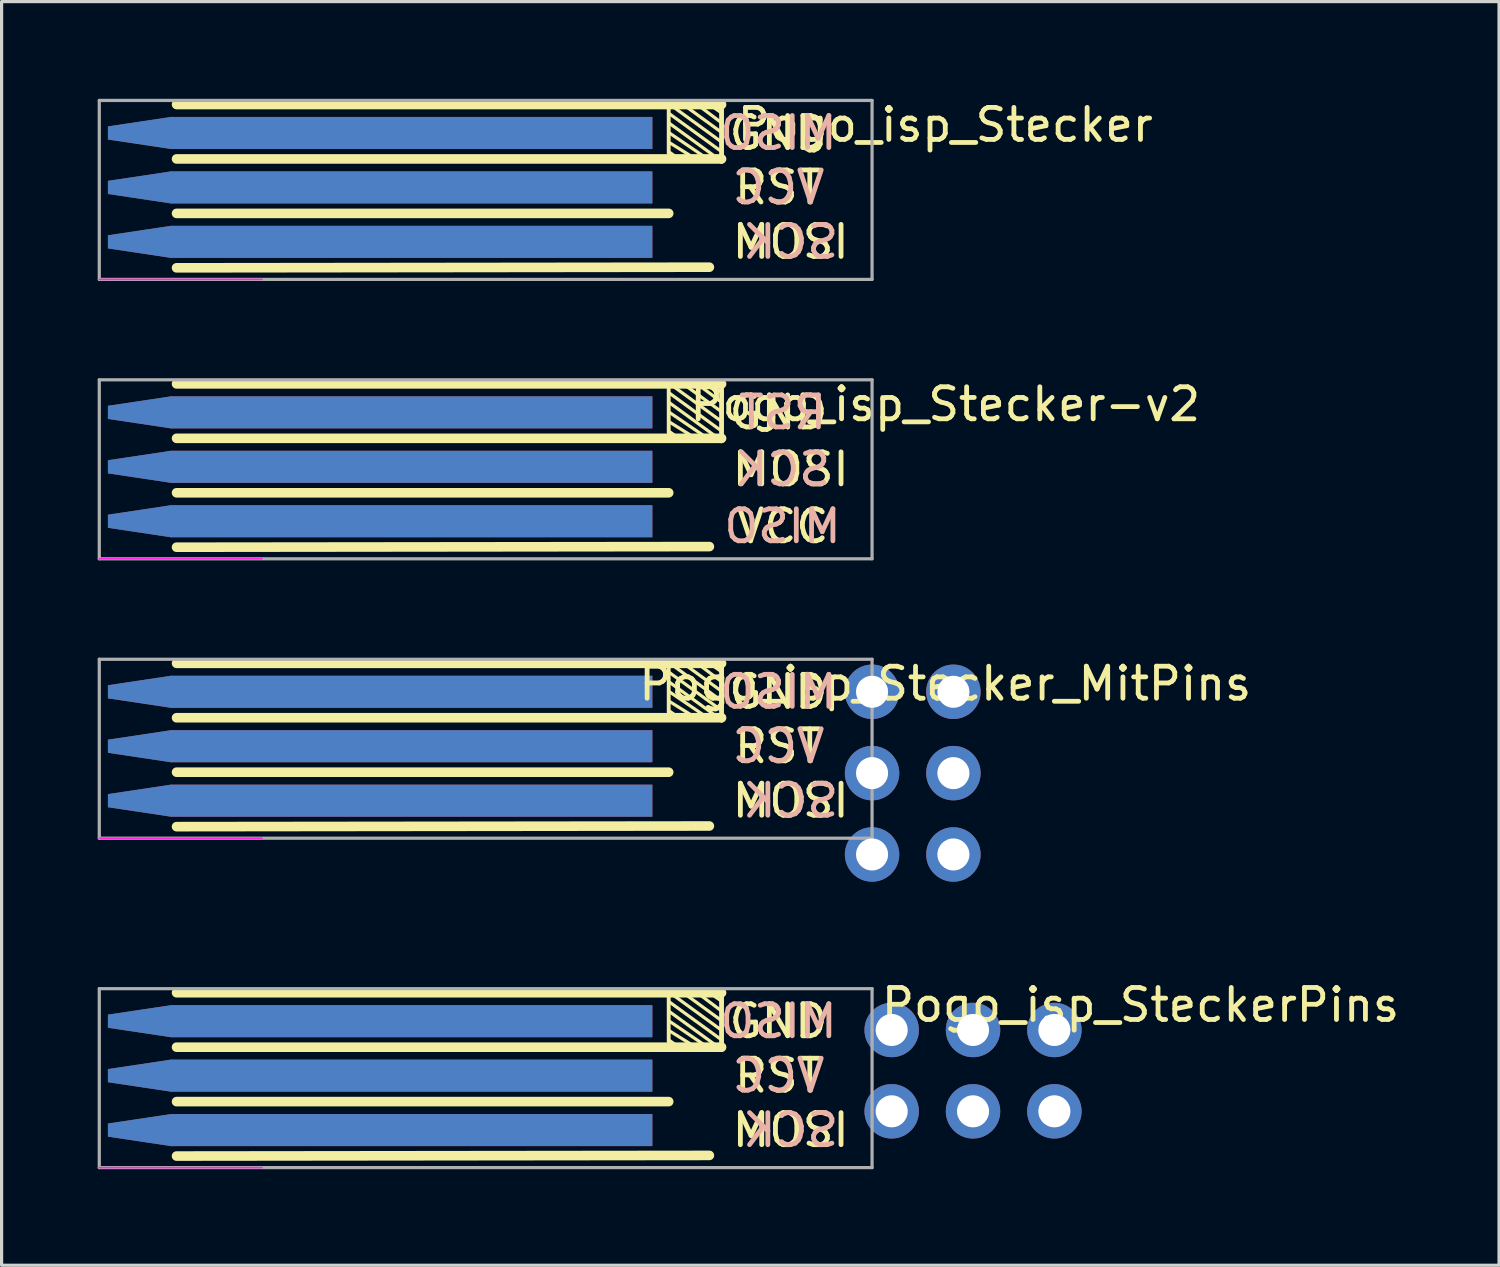
<source format=kicad_pcb>
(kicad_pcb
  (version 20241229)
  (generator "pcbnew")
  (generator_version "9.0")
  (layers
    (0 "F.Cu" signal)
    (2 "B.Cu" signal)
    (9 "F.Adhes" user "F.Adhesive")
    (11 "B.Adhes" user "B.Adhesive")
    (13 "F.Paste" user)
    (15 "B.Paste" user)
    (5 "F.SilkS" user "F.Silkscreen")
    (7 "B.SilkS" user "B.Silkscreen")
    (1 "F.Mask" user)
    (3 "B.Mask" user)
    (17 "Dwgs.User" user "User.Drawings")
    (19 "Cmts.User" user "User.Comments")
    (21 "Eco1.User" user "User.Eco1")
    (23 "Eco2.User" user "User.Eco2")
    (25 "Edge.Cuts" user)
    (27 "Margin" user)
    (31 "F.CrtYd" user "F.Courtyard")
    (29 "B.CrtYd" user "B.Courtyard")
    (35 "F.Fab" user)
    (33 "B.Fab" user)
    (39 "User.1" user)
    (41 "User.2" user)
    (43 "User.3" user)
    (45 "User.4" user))
  (footprint "Pogo_isp_Stecker"
    (layer "F.Cu")
    (at 1.32 1.102)
    (property "Reference" "Pogo_isp_Stecker" (at 25.146 -0.254 0) (layer "F.SilkS") (effects (font (size 1 1) (thickness 0.15))))
    (attr through_hole)
    (fp_line (start 16.51 -0.889) (end 16.51 0.635) (stroke (width 0.12) (type solid)) (layer "F.SilkS"))
    (fp_line (start 16.51 2.511) (end 1.143 2.511) (stroke (width 0.3) (type solid)) (layer "F.SilkS"))
    (fp_line (start 16.548 -0.889) (end 18.148 0.273) (stroke (width 0.1) (type solid)) (layer "F.SilkS"))
    (fp_line (start 16.548 -0.589) (end 18.148 0.573) (stroke (width 0.1) (type solid)) (layer "F.SilkS"))
    (fp_line (start 16.548 -0.289) (end 18.148 0.873) (stroke (width 0.1) (type solid)) (layer "F.SilkS"))
    (fp_line (start 16.548 0.011) (end 17.653 0.762) (stroke (width 0.1) (type solid)) (layer "F.SilkS"))
    (fp_line (start 16.548 0.311) (end 17.272 0.762) (stroke (width 0.1) (type solid)) (layer "F.SilkS"))
    (fp_line (start 16.548 0.611) (end 16.764 0.762) (stroke (width 0.1) (type solid)) (layer "F.SilkS"))
    (fp_line (start 17.048 -0.827) (end 18.148 -0.027) (stroke (width 0.1) (type solid)) (layer "F.SilkS"))
    (fp_line (start 17.348 -0.927) (end 18.148 -0.327) (stroke (width 0.1) (type solid)) (layer "F.SilkS"))
    (fp_line (start 17.78 -0.889) (end 18.148 -0.635) (stroke (width 0.1) (type solid)) (layer "F.SilkS"))
    (fp_line (start 17.78 4.191) (end 1.143 4.211) (stroke (width 0.3) (type solid)) (layer "F.SilkS"))
    (fp_line (start 18.161 -0.889) (end 1.143 -0.889) (stroke (width 0.3) (type solid)) (layer "F.SilkS"))
    (fp_line (start 18.161 0.889) (end 18.161 -0.889) (stroke (width 0.15) (type solid)) (layer "F.SilkS"))
    (fp_line (start 18.161 0.811) (end 1.143 0.811) (stroke (width 0.3) (type solid)) (layer "F.SilkS"))
    (fp_line (start -1.27 4.572) (end 3.81 4.572) (stroke (width 0.05) (type solid)) (layer "F.CrtYd"))
    (fp_line (start -1.27 -1.016) (end -1.27 4.572) (stroke (width 0.1) (type solid)) (layer "F.Fab"))
    (fp_line (start -1.27 4.572) (end 22.86 4.572) (stroke (width 0.1) (type solid)) (layer "F.Fab"))
    (fp_line (start 22.86 -1.016) (end -1.27 -1.016) (stroke (width 0.1) (type solid)) (layer "F.Fab"))
    (fp_line (start 22.86 4.572) (end 22.86 -1.016) (stroke (width 0.1) (type solid)) (layer "F.Fab"))
    (fp_text user "MOSI" (at 20.32 3.4 0) (layer "F.SilkS") (effects (font (size 1 1) (thickness 0.15))))
    (fp_text user "GND" (at 19.939 0 0) (layer "F.SilkS") (effects (font (size 1 1) (thickness 0.15))))
    (fp_text user "RST" (at 19.939 1.7 0) (layer "F.SilkS") (effects (font (size 1 1) (thickness 0.15))))
    (fp_text user "SCK" (at 20.32 3.4 0) (layer "B.SilkS") (effects (font (size 1 1) (thickness 0.15)) (justify mirror)))
    (fp_text user "MISO" (at 19.939 0 0) (layer "B.SilkS") (effects (font (size 1 1) (thickness 0.15)) (justify mirror)))
    (fp_text user "VCC" (at 19.939 1.7 0) (layer "B.SilkS") (effects (font (size 1 1) (thickness 0.15)) (justify mirror)))
    (pad "1" smd trapezoid (at 0 0) (size 2 0.71) (rect_delta -0.3 0) (layers "F.Cu" "F.Mask"))
    (pad "1" smd trapezoid (at 0 0) (size 2 0.71) (rect_delta -0.3 0) (layers "B.Cu" "B.Mask"))
    (pad "1" smd rect (at 8.5 0) (size 15 1) (layers "F.Cu" "F.Mask"))
    (pad "1" smd rect (at 8.5 0) (size 15 1) (layers "B.Cu" "B.Mask"))
    (pad "2" smd trapezoid (at 0 1.7) (size 2 0.71) (rect_delta -0.3 0) (layers "F.Cu" "F.Mask"))
    (pad "2" smd rect (at 8.5 1.7) (size 15 1) (layers "F.Cu" "F.Mask"))
    (pad "3" smd trapezoid (at 0 3.4) (size 2 0.71) (rect_delta -0.3 0) (layers "F.Cu" "F.Mask"))
    (pad "3" smd rect (at 8.5 3.4) (size 15 1) (layers "F.Cu" "F.Mask"))
    (pad "4" smd trapezoid (at 0 3.4) (size 2 0.71) (rect_delta -0.3 0) (layers "B.Cu" "B.Mask"))
    (pad "4" smd rect (at 8.5 1.7) (size 15 1) (layers "B.Cu" "B.Mask"))
    (pad "4" smd rect (at 8.5 3.4) (size 15 1) (layers "B.Cu" "B.Mask"))
    (pad "5" smd trapezoid (at 0 1.7) (size 2 0.71) (rect_delta -0.3 0) (layers "B.Cu" "B.Mask")))
  (footprint "Pogo_isp_Stecker-v2"
    (layer "F.Cu")
    (at 1.32 9.826)
    (property "Reference" "Pogo_isp_Stecker-v2" (at 25.146 -0.254 0) (layer "F.SilkS") (effects (font (size 1 1) (thickness 0.15))))
    (attr through_hole)
    (fp_line (start 16.51 -0.889) (end 16.51 0.635) (stroke (width 0.12) (type solid)) (layer "F.SilkS"))
    (fp_line (start 16.51 2.511) (end 1.143 2.511) (stroke (width 0.3) (type solid)) (layer "F.SilkS"))
    (fp_line (start 16.548 -0.889) (end 18.148 0.273) (stroke (width 0.1) (type solid)) (layer "F.SilkS"))
    (fp_line (start 16.548 -0.589) (end 18.148 0.573) (stroke (width 0.1) (type solid)) (layer "F.SilkS"))
    (fp_line (start 16.548 -0.289) (end 18.148 0.873) (stroke (width 0.1) (type solid)) (layer "F.SilkS"))
    (fp_line (start 16.548 0.011) (end 17.653 0.762) (stroke (width 0.1) (type solid)) (layer "F.SilkS"))
    (fp_line (start 16.548 0.311) (end 17.272 0.762) (stroke (width 0.1) (type solid)) (layer "F.SilkS"))
    (fp_line (start 16.548 0.611) (end 16.764 0.762) (stroke (width 0.1) (type solid)) (layer "F.SilkS"))
    (fp_line (start 17.048 -0.827) (end 18.148 -0.027) (stroke (width 0.1) (type solid)) (layer "F.SilkS"))
    (fp_line (start 17.348 -0.927) (end 18.148 -0.327) (stroke (width 0.1) (type solid)) (layer "F.SilkS"))
    (fp_line (start 17.78 -0.889) (end 18.148 -0.635) (stroke (width 0.1) (type solid)) (layer "F.SilkS"))
    (fp_line (start 17.78 4.191) (end 1.143 4.211) (stroke (width 0.3) (type solid)) (layer "F.SilkS"))
    (fp_line (start 18.161 -0.889) (end 1.143 -0.889) (stroke (width 0.3) (type solid)) (layer "F.SilkS"))
    (fp_line (start 18.161 0.889) (end 18.161 -0.889) (stroke (width 0.15) (type solid)) (layer "F.SilkS"))
    (fp_line (start 18.161 0.811) (end 1.143 0.811) (stroke (width 0.3) (type solid)) (layer "F.SilkS"))
    (fp_line (start -1.27 4.572) (end 3.81 4.572) (stroke (width 0.05) (type solid)) (layer "F.CrtYd"))
    (fp_line (start -1.27 -1.016) (end -1.27 4.572) (stroke (width 0.1) (type solid)) (layer "F.Fab"))
    (fp_line (start -1.27 4.572) (end 22.86 4.572) (stroke (width 0.1) (type solid)) (layer "F.Fab"))
    (fp_line (start 22.86 -1.016) (end -1.27 -1.016) (stroke (width 0.1) (type solid)) (layer "F.Fab"))
    (fp_line (start 22.86 4.572) (end 22.86 -1.016) (stroke (width 0.1) (type solid)) (layer "F.Fab"))
    (fp_text user "MOSI" (at 20.32 1.778 0) (layer "F.SilkS") (effects (font (size 1 1) (thickness 0.15))))
    (fp_text user "GND" (at 19.939 0 0) (layer "F.SilkS") (effects (font (size 1 1) (thickness 0.15))))
    (fp_text user "VCC" (at 20.066 3.556 0) (layer "F.SilkS") (effects (font (size 1 1) (thickness 0.15))))
    (fp_text user "SCK" (at 20.066 1.778 0) (layer "B.SilkS") (effects (font (size 1 1) (thickness 0.15)) (justify mirror)))
    (fp_text user "RST" (at 20.066 0 0) (layer "B.SilkS") (effects (font (size 1 1) (thickness 0.15)) (justify mirror)))
    (fp_text user "MISO" (at 20.066 3.556 0) (layer "B.SilkS") (effects (font (size 1 1) (thickness 0.15)) (justify mirror)))
    (pad "1" smd trapezoid (at 0 3.4) (size 2 0.71) (rect_delta -0.3 0) (layers "B.Cu" "B.Mask"))
    (pad "1" smd rect (at 8.5 3.4) (size 15 1) (layers "B.Cu" "B.Mask"))
    (pad "2" smd trapezoid (at 0 3.4) (size 2 0.71) (rect_delta -0.3 0) (layers "F.Cu" "F.Mask"))
    (pad "2" smd rect (at 8.5 3.4) (size 15 1) (layers "F.Cu" "F.Mask"))
    (pad "3" smd trapezoid (at 0 1.7) (size 2 0.71) (rect_delta -0.3 0) (layers "B.Cu" "B.Mask"))
    (pad "3" smd rect (at 8.5 1.7) (size 15 1) (layers "B.Cu" "B.Mask"))
    (pad "4" smd trapezoid (at 0 1.7) (size 2 0.71) (rect_delta -0.3 0) (layers "F.Cu" "F.Mask"))
    (pad "4" smd rect (at 8.5 1.7) (size 15 1) (layers "F.Cu" "F.Mask"))
    (pad "5" smd trapezoid (at 0 0) (size 2 0.71) (rect_delta -0.3 0) (layers "B.Cu" "B.Mask"))
    (pad "5" smd rect (at 8.5 0) (size 15 1) (layers "B.Cu" "B.Mask"))
    (pad "6" smd trapezoid (at 0 0) (size 2 0.71) (rect_delta -0.3 0) (layers "F.Cu" "F.Mask"))
    (pad "6" smd rect (at 8.5 0) (size 15 1) (layers "F.Cu" "F.Mask")))
  (footprint "Pogo_isp_Stecker_MitPins"
    (layer "F.Cu")
    (at 1.32 18.551)
    (property "Reference" "Pogo_isp_Stecker_MitPins" (at 25.146 -0.254 0) (layer "F.SilkS") (effects (font (size 1 1) (thickness 0.15))))
    (attr through_hole)
    (fp_line (start 16.51 -0.889) (end 16.51 0.635) (stroke (width 0.12) (type solid)) (layer "F.SilkS"))
    (fp_line (start 16.51 2.511) (end 1.143 2.511) (stroke (width 0.3) (type solid)) (layer "F.SilkS"))
    (fp_line (start 16.548 -0.889) (end 18.148 0.273) (stroke (width 0.1) (type solid)) (layer "F.SilkS"))
    (fp_line (start 16.548 -0.589) (end 18.148 0.573) (stroke (width 0.1) (type solid)) (layer "F.SilkS"))
    (fp_line (start 16.548 -0.289) (end 18.148 0.873) (stroke (width 0.1) (type solid)) (layer "F.SilkS"))
    (fp_line (start 16.548 0.011) (end 17.653 0.762) (stroke (width 0.1) (type solid)) (layer "F.SilkS"))
    (fp_line (start 16.548 0.311) (end 17.272 0.762) (stroke (width 0.1) (type solid)) (layer "F.SilkS"))
    (fp_line (start 16.548 0.611) (end 16.764 0.762) (stroke (width 0.1) (type solid)) (layer "F.SilkS"))
    (fp_line (start 17.048 -0.827) (end 18.148 -0.027) (stroke (width 0.1) (type solid)) (layer "F.SilkS"))
    (fp_line (start 17.348 -0.927) (end 18.148 -0.327) (stroke (width 0.1) (type solid)) (layer "F.SilkS"))
    (fp_line (start 17.78 -0.889) (end 18.148 -0.635) (stroke (width 0.1) (type solid)) (layer "F.SilkS"))
    (fp_line (start 17.78 4.191) (end 1.143 4.211) (stroke (width 0.3) (type solid)) (layer "F.SilkS"))
    (fp_line (start 18.161 -0.889) (end 1.143 -0.889) (stroke (width 0.3) (type solid)) (layer "F.SilkS"))
    (fp_line (start 18.161 0.889) (end 18.161 -0.889) (stroke (width 0.15) (type solid)) (layer "F.SilkS"))
    (fp_line (start 18.161 0.811) (end 1.143 0.811) (stroke (width 0.3) (type solid)) (layer "F.SilkS"))
    (fp_line (start -1.27 4.572) (end 3.81 4.572) (stroke (width 0.05) (type solid)) (layer "F.CrtYd"))
    (fp_line (start -1.27 -1.016) (end -1.27 4.572) (stroke (width 0.1) (type solid)) (layer "F.Fab"))
    (fp_line (start -1.27 4.572) (end 22.86 4.572) (stroke (width 0.1) (type solid)) (layer "F.Fab"))
    (fp_line (start 22.86 -1.016) (end -1.27 -1.016) (stroke (width 0.1) (type solid)) (layer "F.Fab"))
    (fp_line (start 22.86 4.572) (end 22.86 -1.016) (stroke (width 0.1) (type solid)) (layer "F.Fab"))
    (fp_text user "MOSI" (at 20.32 3.4 0) (layer "F.SilkS") (effects (font (size 1 1) (thickness 0.15))))
    (fp_text user "GND" (at 19.939 0 0) (layer "F.SilkS") (effects (font (size 1 1) (thickness 0.15))))
    (fp_text user "RST" (at 19.939 1.7 0) (layer "F.SilkS") (effects (font (size 1 1) (thickness 0.15))))
    (fp_text user "MISO" (at 19.939 0 0) (layer "B.SilkS") (effects (font (size 1 1) (thickness 0.15)) (justify mirror)))
    (fp_text user "SCK" (at 20.32 3.4 0) (layer "B.SilkS") (effects (font (size 1 1) (thickness 0.15)) (justify mirror)))
    (fp_text user "VCC" (at 19.939 1.7 0) (layer "B.SilkS") (effects (font (size 1 1) (thickness 0.15)) (justify mirror)))
    (pad "1" smd trapezoid (at 0 0) (size 2 0.71) (rect_delta -0.3 0) (layers "F.Cu" "F.Mask"))
    (pad "1" smd trapezoid (at 0 0) (size 2 0.71) (rect_delta -0.3 0) (layers "B.Cu" "B.Mask"))
    (pad "1" smd rect (at 8.5 0) (size 15 1) (layers "F.Cu" "F.Mask"))
    (pad "1" smd rect (at 8.5 0) (size 15 1) (layers "B.Cu" "B.Mask"))
    (pad "2" smd trapezoid (at 0 1.7) (size 2 0.71) (rect_delta -0.3 0) (layers "F.Cu" "F.Mask"))
    (pad "2" smd rect (at 8.5 1.7) (size 15 1) (layers "F.Cu" "F.Mask"))
    (pad "3" smd trapezoid (at 0 3.4) (size 2 0.71) (rect_delta -0.3 0) (layers "F.Cu" "F.Mask"))
    (pad "3" smd rect (at 8.5 3.4) (size 15 1) (layers "F.Cu" "F.Mask"))
    (pad "4" smd trapezoid (at 0 3.4) (size 2 0.71) (rect_delta -0.3 0) (layers "B.Cu" "B.Mask"))
    (pad "4" smd rect (at 8.5 1.7) (size 15 1) (layers "B.Cu" "B.Mask"))
    (pad "4" smd rect (at 8.5 3.4) (size 15 1) (layers "B.Cu" "B.Mask"))
    (pad "5" smd trapezoid (at 0 1.7) (size 2 0.71) (rect_delta -0.3 0) (layers "B.Cu" "B.Mask"))
    (pad "11" thru_hole oval (at 22.86 0) (size 1.7 1.7) (drill 1) (layers "*.Cu" "*.Mask"))
    (pad "12" thru_hole oval (at 22.86 2.54) (size 1.7 1.7) (drill 1) (layers "*.Cu" "*.Mask"))
    (pad "13" thru_hole oval (at 22.86 5.08) (size 1.7 1.7) (drill 1) (layers "*.Cu" "*.Mask"))
    (pad "21" thru_hole oval (at 25.4 0) (size 1.7 1.7) (drill 1) (layers "*.Cu" "*.Mask"))
    (pad "22" thru_hole oval (at 25.4 2.54) (size 1.7 1.7) (drill 1) (layers "*.Cu" "*.Mask"))
    (pad "23" thru_hole oval (at 25.4 5.08) (size 1.7 1.7) (drill 1) (layers "*.Cu" "*.Mask")))
  (footprint "Pogo_isp_SteckerPins"
    (layer "F.Cu")
    (at 1.32 28.837)
    (property "Reference" "Pogo_isp_SteckerPins" (at 31.242 -0.508 0) (layer "F.SilkS") (effects (font (size 1 1) (thickness 0.15))))
    (attr through_hole)
    (fp_line (start 16.51 -0.889) (end 16.51 0.635) (stroke (width 0.12) (type solid)) (layer "F.SilkS"))
    (fp_line (start 16.51 2.511) (end 1.143 2.511) (stroke (width 0.3) (type solid)) (layer "F.SilkS"))
    (fp_line (start 16.548 -0.889) (end 18.148 0.273) (stroke (width 0.1) (type solid)) (layer "F.SilkS"))
    (fp_line (start 16.548 -0.589) (end 18.148 0.573) (stroke (width 0.1) (type solid)) (layer "F.SilkS"))
    (fp_line (start 16.548 -0.289) (end 18.148 0.873) (stroke (width 0.1) (type solid)) (layer "F.SilkS"))
    (fp_line (start 16.548 0.011) (end 17.653 0.762) (stroke (width 0.1) (type solid)) (layer "F.SilkS"))
    (fp_line (start 16.548 0.311) (end 17.272 0.762) (stroke (width 0.1) (type solid)) (layer "F.SilkS"))
    (fp_line (start 16.548 0.611) (end 16.764 0.762) (stroke (width 0.1) (type solid)) (layer "F.SilkS"))
    (fp_line (start 17.048 -0.827) (end 18.148 -0.027) (stroke (width 0.1) (type solid)) (layer "F.SilkS"))
    (fp_line (start 17.348 -0.927) (end 18.148 -0.327) (stroke (width 0.1) (type solid)) (layer "F.SilkS"))
    (fp_line (start 17.78 -0.889) (end 18.148 -0.635) (stroke (width 0.1) (type solid)) (layer "F.SilkS"))
    (fp_line (start 17.78 4.191) (end 1.143 4.211) (stroke (width 0.3) (type solid)) (layer "F.SilkS"))
    (fp_line (start 18.161 -0.889) (end 1.143 -0.889) (stroke (width 0.3) (type solid)) (layer "F.SilkS"))
    (fp_line (start 18.161 0.889) (end 18.161 -0.889) (stroke (width 0.15) (type solid)) (layer "F.SilkS"))
    (fp_line (start 18.161 0.811) (end 1.143 0.811) (stroke (width 0.3) (type solid)) (layer "F.SilkS"))
    (fp_line (start -1.27 4.572) (end 3.81 4.572) (stroke (width 0.05) (type solid)) (layer "F.CrtYd"))
    (fp_line (start -1.27 -1.016) (end -1.27 4.572) (stroke (width 0.1) (type solid)) (layer "F.Fab"))
    (fp_line (start -1.27 4.572) (end 22.86 4.572) (stroke (width 0.1) (type solid)) (layer "F.Fab"))
    (fp_line (start 22.86 -1.016) (end -1.27 -1.016) (stroke (width 0.1) (type solid)) (layer "F.Fab"))
    (fp_line (start 22.86 4.572) (end 22.86 -1.016) (stroke (width 0.1) (type solid)) (layer "F.Fab"))
    (fp_text user "GND" (at 19.939 0 0) (layer "F.SilkS") (effects (font (size 1 1) (thickness 0.15))))
    (fp_text user "RST" (at 19.939 1.7 0) (layer "F.SilkS") (effects (font (size 1 1) (thickness 0.15))))
    (fp_text user "MOSI" (at 20.32 3.4 0) (layer "F.SilkS") (effects (font (size 1 1) (thickness 0.15))))
    (fp_text user "SCK" (at 20.32 3.4 0) (layer "B.SilkS") (effects (font (size 1 1) (thickness 0.15)) (justify mirror)))
    (fp_text user "VCC" (at 19.939 1.7 0) (layer "B.SilkS") (effects (font (size 1 1) (thickness 0.15)) (justify mirror)))
    (fp_text user "MISO" (at 19.939 0 0) (layer "B.SilkS") (effects (font (size 1 1) (thickness 0.15)) (justify mirror)))
    (pad "1" smd trapezoid (at 0 0) (size 2 0.71) (rect_delta -0.3 0) (layers "F.Cu" "F.Mask"))
    (pad "1" smd rect (at 8.5 0) (size 15 1) (layers "F.Cu" "F.Mask"))
    (pad "1" thru_hole oval (at 23.473 0.274 90) (size 1.7 1.7) (drill 1) (layers "*.Cu" "*.Mask"))
    (pad "2" smd trapezoid (at 0 1.7) (size 2 0.71) (rect_delta -0.3 0) (layers "F.Cu" "F.Mask"))
    (pad "2" smd rect (at 8.5 1.7) (size 15 1) (layers "F.Cu" "F.Mask"))
    (pad "2" thru_hole oval (at 26.013 0.274 90) (size 1.7 1.7) (drill 1) (layers "*.Cu" "*.Mask"))
    (pad "3" smd trapezoid (at 0 3.4) (size 2 0.71) (rect_delta -0.3 0) (layers "F.Cu" "F.Mask"))
    (pad "3" smd rect (at 8.5 3.4) (size 15 1) (layers "F.Cu" "F.Mask"))
    (pad "3" thru_hole oval (at 28.553 0.274 90) (size 1.7 1.7) (drill 1) (layers "*.Cu" "*.Mask"))
    (pad "4" smd trapezoid (at 0 3.4) (size 2 0.71) (rect_delta -0.3 0) (layers "B.Cu" "B.Mask"))
    (pad "4" smd rect (at 8.5 3.4) (size 15 1) (layers "B.Cu" "B.Mask"))
    (pad "4" thru_hole oval (at 28.553 2.814 90) (size 1.7 1.7) (drill 1) (layers "*.Cu" "*.Mask"))
    (pad "5" smd trapezoid (at 0 1.7) (size 2 0.71) (rect_delta -0.3 0) (layers "B.Cu" "B.Mask"))
    (pad "5" smd rect (at 8.5 1.7) (size 15 1) (layers "B.Cu" "B.Mask"))
    (pad "5" thru_hole oval (at 26.013 2.814 90) (size 1.7 1.7) (drill 1) (layers "*.Cu" "*.Mask"))
    (pad "6" smd trapezoid (at 0 0) (size 2 0.71) (rect_delta -0.3 0) (layers "B.Cu" "B.Mask"))
    (pad "6" smd rect (at 8.5 0) (size 15 1) (layers "B.Cu" "B.Mask"))
    (pad "6" thru_hole oval (at 23.473 2.814 90) (size 1.7 1.7) (drill 1) (layers "*.Cu" "*.Mask")))
  (gr_rect
    (start -3 -3)
    (end 43.758 36.459)
    (stroke (width 0.1) (type default))
    (fill no)
    (layer "Edge.Cuts")))
</source>
